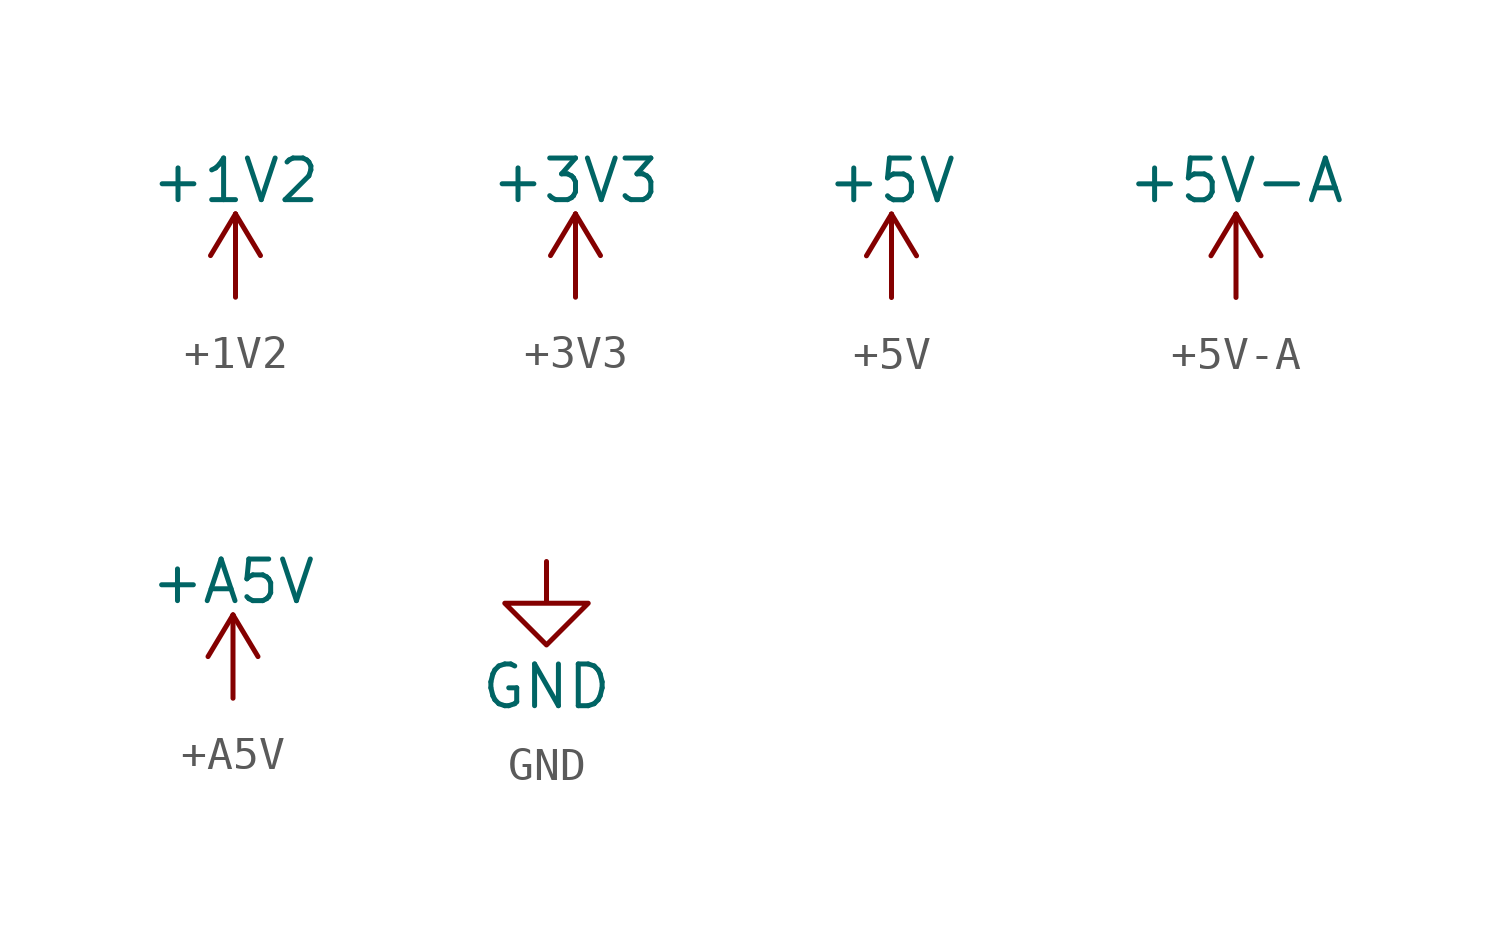
<source format=kicad_sym>
(kicad_symbol_lib
  (version 20200126)
  (host kicad_symbol_editor "(5.99.0-2251-g5226d6b4d)")
  (symbol "nets:+1V2"
    (power)
    (pin_names
      (offset 0))
    (property "Reference" "#PWR"
      (at 0 -3.81 0)
      (effects (font (size 1.27 1.27)) hide))
    (property "Value" "+1V2"
      (at 0 3.556 0)
      (effects (font (size 1.27 1.27))))
    (symbol "+1V2_0_1"
      (polyline (pts (xy -0.762 1.27) (xy 0 2.54)) (stroke (width 0)) (fill (type none)))
      (polyline (pts (xy 0 0) (xy 0 2.54)) (stroke (width 0)) (fill (type none)))
      (polyline (pts (xy 0 2.54) (xy 0.762 1.27)) (stroke (width 0)) (fill (type none))))
    (symbol "+1V2_1_1"
      (pin power_in line (at 0 0 90) (length 0) hide (name "+1V2" (effects (font (size 1.27 1.27)))) (number "1" (effects (font (size 1.27 1.27)))))))
  (symbol "nets:+3V3"
    (power)
    (pin_names
      (offset 0))
    (property "Reference" "#PWR"
      (at 0 -3.81 0)
      (effects (font (size 1.27 1.27)) hide))
    (property "Value" "+3V3"
      (at 0 3.556 0)
      (effects (font (size 1.27 1.27))))
    (symbol "+3V3_0_1"
      (polyline (pts (xy -0.762 1.27) (xy 0 2.54)) (stroke (width 0)) (fill (type none)))
      (polyline (pts (xy 0 0) (xy 0 2.54)) (stroke (width 0)) (fill (type none)))
      (polyline (pts (xy 0 2.54) (xy 0.762 1.27)) (stroke (width 0)) (fill (type none))))
    (symbol "+3V3_1_1"
      (pin power_in line (at 0 0 90) (length 0) hide (name "+3V3" (effects (font (size 1.27 1.27)))) (number "1" (effects (font (size 1.27 1.27)))))))
  (symbol "nets:+5V"
    (power)
    (pin_names
      (offset 0))
    (property "Reference" "#PWR"
      (at 0 -3.81 0)
      (effects (font (size 1.27 1.27)) hide))
    (property "Value" "+5V"
      (at 0 3.556 0)
      (effects (font (size 1.27 1.27))))
    (symbol "+5V_0_1"
      (polyline (pts (xy -0.762 1.27) (xy 0 2.54)) (stroke (width 0)) (fill (type none)))
      (polyline (pts (xy 0 0) (xy 0 2.54)) (stroke (width 0)) (fill (type none)))
      (polyline (pts (xy 0 2.54) (xy 0.762 1.27)) (stroke (width 0)) (fill (type none))))
    (symbol "+5V_1_1"
      (pin power_in line (at 0 0 90) (length 0) hide (name "+5V" (effects (font (size 1.27 1.27)))) (number "1" (effects (font (size 1.27 1.27)))))))
  (symbol "nets:+5V-A"
    (power)
    (pin_names
      (offset 0))
    (property "Reference" "#PWR"
      (at 0 -3.81 0)
      (effects (font (size 1.27 1.27)) hide))
    (property "Value" "+5V-A"
      (at 0 3.556 0)
      (effects (font (size 1.27 1.27))))
    (symbol "+5V-A_0_1"
      (polyline (pts (xy -0.762 1.27) (xy 0 2.54)) (stroke (width 0)) (fill (type none)))
      (polyline (pts (xy 0 0) (xy 0 2.54)) (stroke (width 0)) (fill (type none)))
      (polyline (pts (xy 0 2.54) (xy 0.762 1.27)) (stroke (width 0)) (fill (type none))))
    (symbol "+5V-A_1_1"
      (pin power_in line (at 0 0 90) (length 0) hide (name "+5V-A" (effects (font (size 1.27 1.27)))) (number "1" (effects (font (size 1.27 1.27)))))))
  (symbol "nets:+A5V"
    (power)
    (pin_names
      (offset 0))
    (property "Reference" "#PWR"
      (at 0 -3.81 0)
      (effects (font (size 1.27 1.27)) hide))
    (property "Value" "+A5V"
      (at 0 3.556 0)
      (effects (font (size 1.27 1.27))))
    (symbol "+A5V_0_1"
      (polyline (pts (xy -0.762 1.27) (xy 0 2.54)) (stroke (width 0)) (fill (type none)))
      (polyline (pts (xy 0 0) (xy 0 2.54)) (stroke (width 0)) (fill (type none)))
      (polyline (pts (xy 0 2.54) (xy 0.762 1.27)) (stroke (width 0)) (fill (type none))))
    (symbol "+A5V_1_1"
      (pin power_in line (at 0 0 90) (length 0) hide (name "+5V" (effects (font (size 1.27 1.27)))) (number "1" (effects (font (size 1.27 1.27)))))))
  (symbol "nets:GND"
    (power)
    (pin_names
      (offset 0))
    (property "Reference" "#PWR"
      (at 0 -6.35 0)
      (effects (font (size 1.27 1.27)) hide))
    (property "Value" "GND"
      (at 0 -3.81 0)
      (effects (font (size 1.27 1.27))))
    (symbol "GND_0_1"
      (polyline (pts (xy 0 0) (xy 0 -1.27) (xy 1.27 -1.27) (xy 0 -2.54) (xy -1.27 -1.27) (xy 0 -1.27)) (stroke (width 0)) (fill (type none))))
    (symbol "GND_1_1"
      (pin power_in line (at 0 0 270) (length 0) hide (name "GND" (effects (font (size 1.27 1.27)))) (number "1" (effects (font (size 1.27 1.27))))))))
</source>
